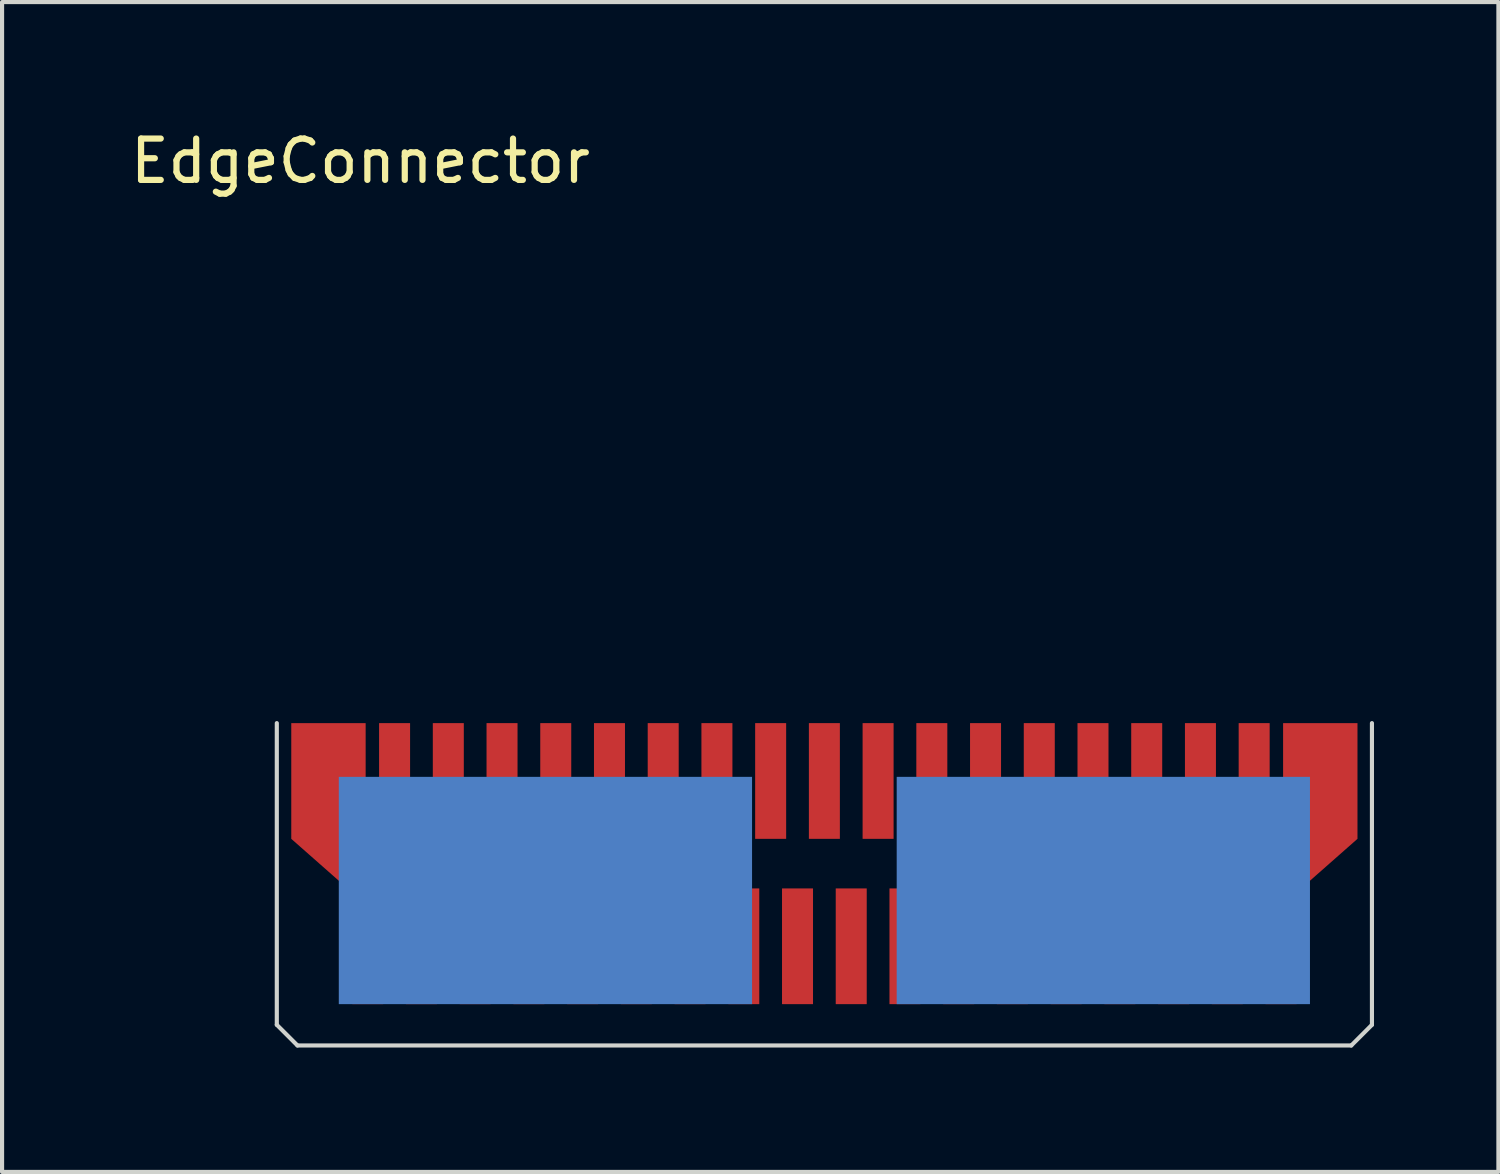
<source format=kicad_pcb>
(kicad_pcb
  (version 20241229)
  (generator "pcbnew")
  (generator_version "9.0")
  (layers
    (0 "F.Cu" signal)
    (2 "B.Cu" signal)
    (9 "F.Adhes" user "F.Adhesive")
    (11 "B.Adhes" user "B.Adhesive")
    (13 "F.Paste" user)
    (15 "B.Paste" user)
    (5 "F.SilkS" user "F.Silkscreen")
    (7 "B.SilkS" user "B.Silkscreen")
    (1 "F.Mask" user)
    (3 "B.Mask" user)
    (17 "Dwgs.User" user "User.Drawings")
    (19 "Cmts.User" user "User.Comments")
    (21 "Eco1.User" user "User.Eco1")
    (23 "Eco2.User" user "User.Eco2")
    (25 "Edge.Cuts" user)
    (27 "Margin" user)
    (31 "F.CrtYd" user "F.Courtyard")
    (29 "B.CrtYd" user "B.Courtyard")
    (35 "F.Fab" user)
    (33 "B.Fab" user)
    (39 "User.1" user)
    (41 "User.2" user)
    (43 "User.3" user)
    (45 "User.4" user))
  (footprint "EdgeConnector"
    (layer "F.Cu")
    (at 16.898 18.348)
    (property "Reference" "EdgeConnector" (at -11.225 -17.5 0) (unlocked yes) (layer "F.SilkS") (effects (font (size 1 1) (thickness 0.15))))
    (fp_poly (pts (xy 13.25 3.4) (xy 12.75 3.9) (xy -12.75 3.9) (xy -13.25 3.4) (xy -13.25 -3.9) (xy 13.25 -3.9)) (stroke (width 0.12) (type solid)) (fill yes) (layer "F.Mask"))
    (fp_rect (start -11.75 -2.6) (end -1.75 3.9) (stroke (width 0.12) (type solid)) (fill yes) (layer "B.Mask"))
    (fp_rect (start 1.75 -2.6) (end 11.75 3.9) (stroke (width 0.12) (type solid)) (fill yes) (layer "B.Mask"))
    (fp_line (start -13.25 3.4) (end -13.25 -3.9) (stroke (width 0.1) (type solid)) (layer "Edge.Cuts"))
    (fp_line (start -12.75 3.9) (end -13.25 3.4) (stroke (width 0.1) (type solid)) (layer "Edge.Cuts"))
    (fp_line (start -12.75 3.9) (end 12.75 3.9) (stroke (width 0.1) (type solid)) (layer "Edge.Cuts"))
    (fp_line (start 12.75 3.9) (end 13.25 3.4) (stroke (width 0.1) (type solid)) (layer "Edge.Cuts"))
    (fp_line (start 13.25 -3.9) (end 13.25 3.4) (stroke (width 0.1) (type solid)) (layer "Edge.Cuts"))
    (pad "-" smd rect (at -6.75 0.15) (size 10 5.5) (layers "B.Cu"))
    (pad "-" smd rect (at 6.75 0.15) (size 10 5.5) (layers "B.Cu"))
    (pad "0" smd custom (at -11.05 1.5) (size 0.75 2.8) (layers "F.Cu") (options (anchor rect)) (primitives (gr_poly (pts (xy -1.85 -2.6) (xy -0.375 -1.3) (xy 0.375 -1.3) (xy 0.375 -1.6) (xy -0.05 -2) (xy -0.05 -5.4) (xy -1.85 -5.4)) (width 0) (fill yes))))
    (pad "1" smd rect (at -10.4 -2.5) (size 0.75 2.8) (layers "F.Cu"))
    (pad "2" smd rect (at -9.75 1.5) (size 0.75 2.8) (layers "F.Cu"))
    (pad "3" smd rect (at -9.1 -2.5) (size 0.75 2.8) (layers "F.Cu"))
    (pad "4" smd rect (at -8.45 1.5) (size 0.75 2.8) (layers "F.Cu"))
    (pad "5" smd rect (at -7.8 -2.5) (size 0.75 2.8) (layers "F.Cu"))
    (pad "6" smd rect (at -7.15 1.5) (size 0.75 2.8) (layers "F.Cu"))
    (pad "7" smd rect (at -6.5 -2.5) (size 0.75 2.8) (layers "F.Cu"))
    (pad "8" smd rect (at -5.85 1.5) (size 0.75 2.8) (layers "F.Cu"))
    (pad "9" smd rect (at -5.2 -2.5) (size 0.75 2.8) (layers "F.Cu"))
    (pad "10" smd rect (at -4.55 1.5) (size 0.75 2.8) (layers "F.Cu"))
    (pad "11" smd rect (at -3.9 -2.5) (size 0.75 2.8) (layers "F.Cu"))
    (pad "12" smd rect (at -3.25 1.5) (size 0.75 2.8) (layers "F.Cu"))
    (pad "13" smd rect (at -2.6 -2.5) (size 0.75 2.8) (layers "F.Cu"))
    (pad "14" smd rect (at -1.95 1.5) (size 0.75 2.8) (layers "F.Cu"))
    (pad "15" smd rect (at -1.3 -2.5) (size 0.75 2.8) (layers "F.Cu"))
    (pad "16" smd rect (at -0.65 1.5) (size 0.75 2.8) (layers "F.Cu"))
    (pad "17" smd rect (at 0 -2.5) (size 0.75 2.8) (layers "F.Cu"))
    (pad "18" smd rect (at 0.65 1.5) (size 0.75 2.8) (layers "F.Cu"))
    (pad "19" smd rect (at 1.3 -2.5) (size 0.75 2.8) (layers "F.Cu"))
    (pad "20" smd rect (at 1.95 1.5) (size 0.75 2.8) (layers "F.Cu"))
    (pad "21" smd rect (at 2.6 -2.5) (size 0.75 2.8) (layers "F.Cu"))
    (pad "22" smd rect (at 3.25 1.5) (size 0.75 2.8) (layers "F.Cu"))
    (pad "23" smd rect (at 3.9 -2.5) (size 0.75 2.8) (layers "F.Cu"))
    (pad "24" smd rect (at 4.55 1.5) (size 0.75 2.8) (layers "F.Cu"))
    (pad "25" smd rect (at 5.2 -2.5) (size 0.75 2.8) (layers "F.Cu"))
    (pad "26" smd rect (at 5.85 1.5) (size 0.75 2.8) (layers "F.Cu"))
    (pad "27" smd rect (at 6.5 -2.5) (size 0.75 2.8) (layers "F.Cu"))
    (pad "28" smd rect (at 7.15 1.5) (size 0.75 2.8) (layers "F.Cu"))
    (pad "29" smd rect (at 7.8 -2.5) (size 0.75 2.8) (layers "F.Cu"))
    (pad "30" smd rect (at 8.45 1.5) (size 0.75 2.8) (layers "F.Cu"))
    (pad "31" smd rect (at 9.1 -2.5) (size 0.75 2.8) (layers "F.Cu"))
    (pad "32" smd rect (at 9.75 1.5) (size 0.75 2.8) (layers "F.Cu"))
    (pad "33" smd rect (at 10.4 -2.5) (size 0.75 2.8) (layers "F.Cu"))
    (pad "34" smd custom (at 11.05 1.5) (size 0.75 2.8) (layers "F.Cu") (options (anchor rect)) (primitives (gr_poly (pts (xy 1.85 -2.6) (xy 0.375 -1.3) (xy -0.375 -1.3) (xy -0.375 -1.6) (xy 0.05 -2) (xy 0.05 -5.4) (xy 1.85 -5.4)) (width 0) (fill yes)))))
  (gr_rect
    (start -3 -3)
    (end 33.208 25.308)
    (stroke (width 0.1) (type default))
    (fill no)
    (layer "Edge.Cuts")))
</source>
